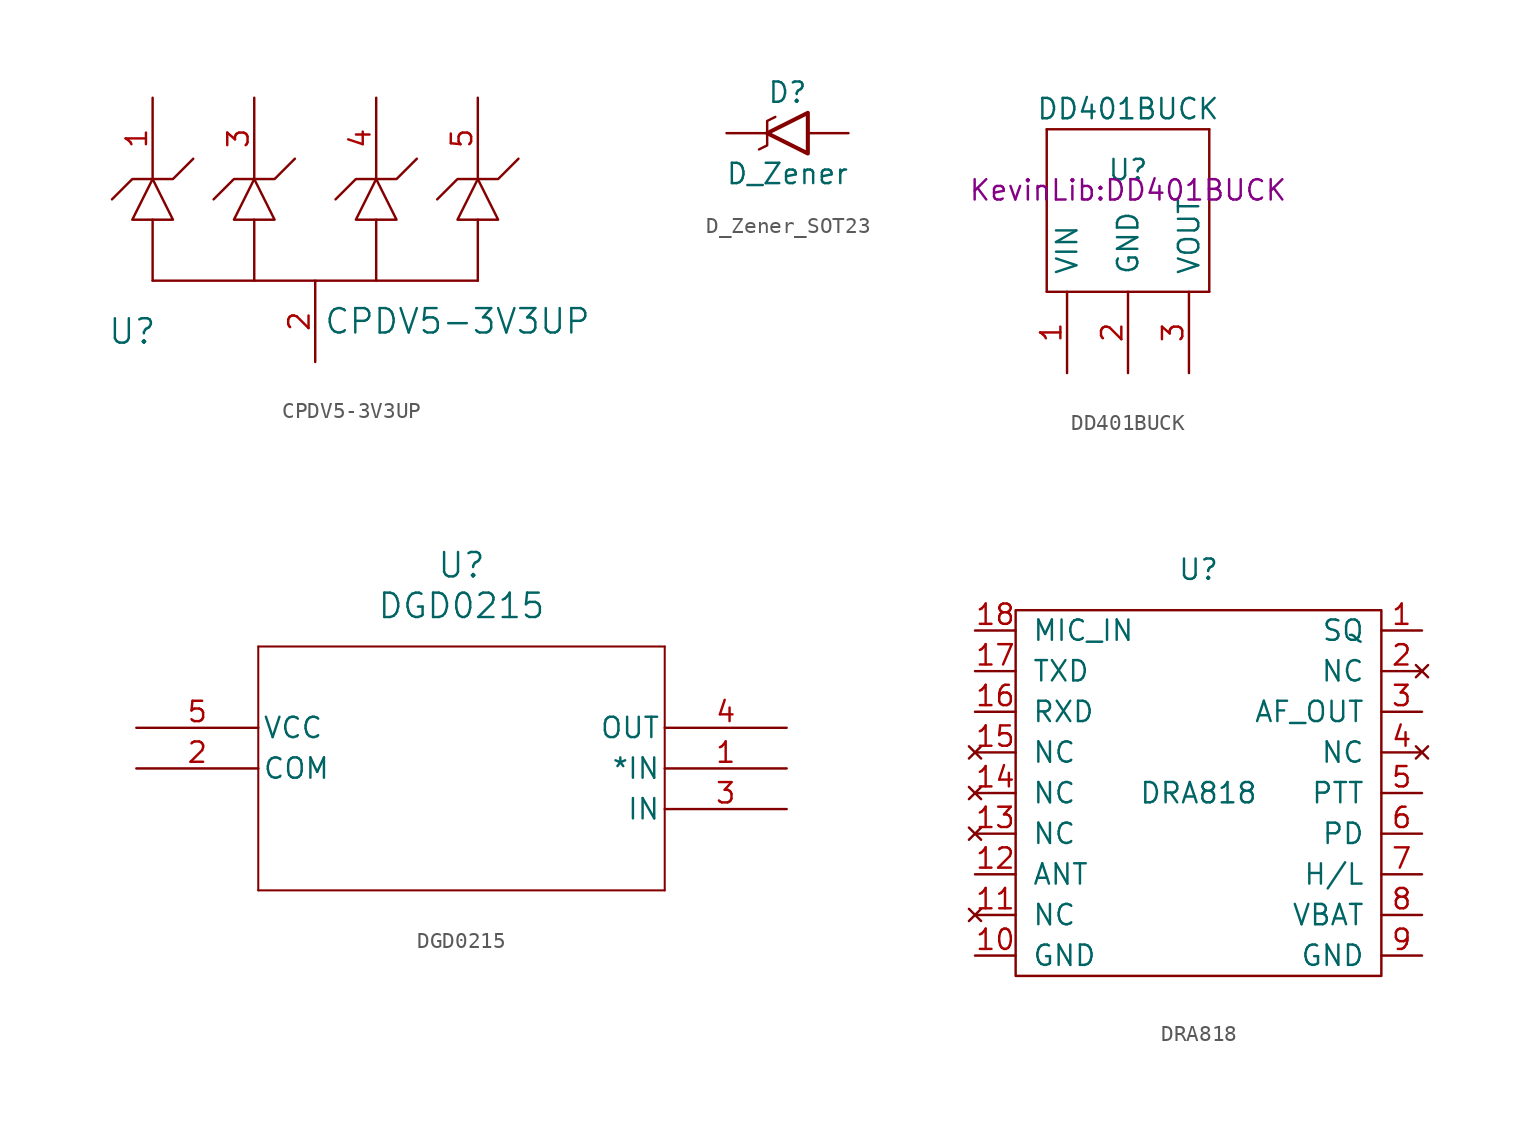
<source format=kicad_sym>
(kicad_symbol_lib
  (version 20220914)
  (generator kicad_symbol_editor)
  (symbol "CPDV5-3V3UP"
    (pin_names
      (offset 1.016))
    (property "Reference" "U"
      (at -11.43 -4.445 0)
      (effects (font (size 1.524 1.524))))
    (property "Value" "CPDV5-3V3UP"
      (at 8.89 -3.81 0)
      (effects (font (size 1.524 1.524))))
    (symbol "CPDV5-3V3UP_0_1"
      (polyline (pts (xy -10.16 -1.27) (xy 10.16 -1.27)) (stroke (width 0) (type solid)) (fill (type none)))
      (polyline (pts (xy -10.16 2.54) (xy -10.16 -1.27)) (stroke (width 0) (type solid)) (fill (type none)))
      (polyline (pts (xy -3.81 2.54) (xy -3.81 -1.27)) (stroke (width 0) (type solid)) (fill (type none)))
      (polyline (pts (xy 3.81 2.54) (xy 3.81 -1.27)) (stroke (width 0) (type solid)) (fill (type none)))
      (polyline (pts (xy 10.16 2.54) (xy 10.16 -1.27)) (stroke (width 0) (type solid)) (fill (type none)))
      (polyline (pts (xy -12.7 3.81) (xy -11.43 5.08) (xy -8.89 5.08) (xy -7.62 6.35)) (stroke (width 0) (type solid)) (fill (type none)))
      (polyline (pts (xy -10.16 5.08) (xy -11.43 2.54) (xy -8.89 2.54) (xy -10.16 5.08)) (stroke (width 0) (type solid)) (fill (type none)))
      (polyline (pts (xy -6.35 3.81) (xy -5.08 5.08) (xy -2.54 5.08) (xy -1.27 6.35)) (stroke (width 0) (type solid)) (fill (type none)))
      (polyline (pts (xy -3.81 5.08) (xy -5.08 2.54) (xy -2.54 2.54) (xy -3.81 5.08)) (stroke (width 0) (type solid)) (fill (type none)))
      (polyline (pts (xy 1.27 3.81) (xy 2.54 5.08) (xy 5.08 5.08) (xy 6.35 6.35)) (stroke (width 0) (type solid)) (fill (type none)))
      (polyline (pts (xy 3.81 5.08) (xy 2.54 2.54) (xy 5.08 2.54) (xy 3.81 5.08)) (stroke (width 0) (type solid)) (fill (type none)))
      (polyline (pts (xy 7.62 3.81) (xy 8.89 5.08) (xy 11.43 5.08) (xy 12.7 6.35)) (stroke (width 0) (type solid)) (fill (type none)))
      (polyline (pts (xy 10.16 5.08) (xy 8.89 2.54) (xy 11.43 2.54) (xy 10.16 5.08)) (stroke (width 0) (type solid)) (fill (type none))))
    (symbol "CPDV5-3V3UP_1_1"
      (pin input line (at -10.16 10.16 270) (length 5.08) (name "~" (effects (font (size 1.27 1.27)))) (number "1" (effects (font (size 1.27 1.27)))))
      (pin power_in line (at 0 -6.35 90) (length 5.08) (name "~" (effects (font (size 1.27 1.27)))) (number "2" (effects (font (size 1.27 1.27)))))
      (pin input line (at -3.81 10.16 270) (length 5.08) (name "~" (effects (font (size 1.27 1.27)))) (number "3" (effects (font (size 1.27 1.27)))))
      (pin input line (at 3.81 10.16 270) (length 5.08) (name "~" (effects (font (size 1.27 1.27)))) (number "4" (effects (font (size 1.27 1.27)))))
      (pin input line (at 10.16 10.16 270) (length 5.08) (name "~" (effects (font (size 1.27 1.27)))) (number "5" (effects (font (size 1.27 1.27)))))))
  (symbol "D_Zener_SOT23"
    (pin_numbers hide)
    (pin_names
      (offset 1.016) hide)
    (property "Reference" "D"
      (at 0 2.54 0)
      (effects (font (size 1.27 1.27))))
    (property "Value" "D_Zener"
      (at 0 -2.54 0)
      (effects (font (size 1.27 1.27))))
    (symbol "D_Zener_SOT23_0_1"
      (polyline (pts (xy -1.27 0) (xy -1.27 -0.762) (xy -1.778 -1.016)) (stroke (width 0) (type default)) (fill (type none)))
      (polyline (pts (xy -1.27 0) (xy -1.27 0.762) (xy -0.762 1.016)) (stroke (width 0) (type default)) (fill (type none)))
      (polyline (pts (xy 1.27 -1.27) (xy 1.27 1.27) (xy -1.27 0) (xy 1.27 -1.27)) (stroke (width 0.254) (type default)) (fill (type none))))
    (symbol "D_Zener_SOT23_1_1"
      (pin passive line (at 3.81 0 180) (length 2.54) (name "A" (effects (font (size 1.27 1.27)))) (number "1" (effects (font (size 1.27 1.27)))))
      (pin no_connect line (at -1.016 -4.064 180) (length 2.54) hide (name "DUMMY" (effects (font (size 1.27 1.27)))) (number "2" (effects (font (size 1.27 1.27)))))
      (pin passive line (at -3.81 0 0) (length 2.54) (name "K" (effects (font (size 1.27 1.27)))) (number "3" (effects (font (size 1.27 1.27)))))))
  (symbol "DD401BUCK"
    (pin_names
      (offset 1.016))
    (property "Reference" "U"
      (at 0 1.27 0)
      (effects (font (size 1.27 1.27))))
    (property "Value" "DD401BUCK"
      (at 0 5.08 0)
      (effects (font (size 1.27 1.27))))
    (property "Footprint" "KevinLib:DD401BUCK"
      (at 0 0 0)
      (effects (font (size 1.27 1.27))))
    (symbol "DD401BUCK_0_1"
      (rectangle (start -5.08 -6.35) (end 5.08 -6.35) (stroke (width 0) (type solid)) (fill (type none)))
      (rectangle (start -5.08 3.81) (end -5.08 -6.35) (stroke (width 0) (type solid)) (fill (type none)))
      (rectangle (start 5.08 -6.35) (end 5.08 3.81) (stroke (width 0) (type solid)) (fill (type none)))
      (rectangle (start 5.08 3.81) (end -5.08 3.81) (stroke (width 0) (type solid)) (fill (type none))))
    (symbol "DD401BUCK_1_1"
      (pin power_in line (at -3.81 -11.43 90) (length 5.08) (name "VIN" (effects (font (size 1.27 1.27)))) (number "1" (effects (font (size 1.27 1.27)))))
      (pin power_in line (at 0 -11.43 90) (length 5.08) (name "GND" (effects (font (size 1.27 1.27)))) (number "2" (effects (font (size 1.27 1.27)))))
      (pin power_out line (at 3.81 -11.43 90) (length 5.08) (name "VOUT" (effects (font (size 1.27 1.27)))) (number "3" (effects (font (size 1.27 1.27)))))))
  (symbol "DGD0215"
    (pin_names
      (offset 0.254))
    (property "Reference" "U"
      (at 20.32 10.16 0)
      (effects (font (size 1.524 1.524))))
    (property "Value" "DGD0215"
      (at 20.32 7.62 0)
      (effects (font (size 1.524 1.524))))
    (symbol "DGD0215_0_1"
      (polyline (pts (xy 7.62 -10.16) (xy 33.02 -10.16)) (stroke (width 0.127) (type default)) (fill (type none)))
      (polyline (pts (xy 7.62 5.08) (xy 7.62 -10.16)) (stroke (width 0.127) (type default)) (fill (type none)))
      (polyline (pts (xy 33.02 -10.16) (xy 33.02 5.08)) (stroke (width 0.127) (type default)) (fill (type none)))
      (polyline (pts (xy 33.02 5.08) (xy 7.62 5.08)) (stroke (width 0.127) (type default)) (fill (type none)))
      (pin unspecified line (at 0 -2.54 0) (length 7.62) (name "COM" (effects (font (size 1.27 1.27)))) (number "2" (effects (font (size 1.27 1.27)))))
      (pin input line (at 40.64 -5.08 180) (length 7.62) (name "IN" (effects (font (size 1.27 1.27)))) (number "3" (effects (font (size 1.27 1.27))))))
    (symbol "DGD0215_1_1"
      (pin unspecified line (at 40.64 -2.54 180) (length 7.62) (name "*IN" (effects (font (size 1.27 1.27)))) (number "1" (effects (font (size 1.27 1.27)))))
      (pin output line (at 40.64 0 180) (length 7.62) (name "OUT" (effects (font (size 1.27 1.27)))) (number "4" (effects (font (size 1.27 1.27)))))
      (pin power_in line (at 0 0 0) (length 7.62) (name "VCC" (effects (font (size 1.27 1.27)))) (number "5" (effects (font (size 1.27 1.27)))))))
  (symbol "DRA818"
    (pin_names
      (offset 1.016))
    (property "Reference" "U"
      (at 0 13.97 0)
      (effects (font (size 1.27 1.27))))
    (property "Value" "DRA818"
      (at 0 0 0)
      (effects (font (size 1.27 1.27))))
    (symbol "DRA818_0_1"
      (polyline (pts (xy -11.43 11.43) (xy 11.43 11.43) (xy 11.43 -11.43) (xy -11.43 -11.43) (xy -11.43 11.43)) (stroke (width 0) (type solid)) (fill (type none))))
    (symbol "DRA818_1_1"
      (pin input line (at 13.97 10.16 180) (length 2.54) (name "SQ" (effects (font (size 1.27 1.27)))) (number "1" (effects (font (size 1.27 1.27)))))
      (pin power_in line (at -13.97 -10.16 0) (length 2.54) (name "GND" (effects (font (size 1.27 1.27)))) (number "10" (effects (font (size 1.27 1.27)))))
      (pin no_connect line (at -13.97 -7.62 0) (length 2.54) (name "NC" (effects (font (size 1.27 1.27)))) (number "11" (effects (font (size 1.27 1.27)))))
      (pin output line (at -13.97 -5.08 0) (length 2.54) (name "ANT" (effects (font (size 1.27 1.27)))) (number "12" (effects (font (size 1.27 1.27)))))
      (pin no_connect line (at -13.97 -2.54 0) (length 2.54) (name "NC" (effects (font (size 1.27 1.27)))) (number "13" (effects (font (size 1.27 1.27)))))
      (pin no_connect line (at -13.97 0 0) (length 2.54) (name "NC" (effects (font (size 1.27 1.27)))) (number "14" (effects (font (size 1.27 1.27)))))
      (pin no_connect line (at -13.97 2.54 0) (length 2.54) (name "NC" (effects (font (size 1.27 1.27)))) (number "15" (effects (font (size 1.27 1.27)))))
      (pin input line (at -13.97 5.08 0) (length 2.54) (name "RXD" (effects (font (size 1.27 1.27)))) (number "16" (effects (font (size 1.27 1.27)))))
      (pin output line (at -13.97 7.62 0) (length 2.54) (name "TXD" (effects (font (size 1.27 1.27)))) (number "17" (effects (font (size 1.27 1.27)))))
      (pin input line (at -13.97 10.16 0) (length 2.54) (name "MIC_IN" (effects (font (size 1.27 1.27)))) (number "18" (effects (font (size 1.27 1.27)))))
      (pin no_connect line (at 13.97 7.62 180) (length 2.54) (name "NC" (effects (font (size 1.27 1.27)))) (number "2" (effects (font (size 1.27 1.27)))))
      (pin output line (at 13.97 5.08 180) (length 2.54) (name "AF_OUT" (effects (font (size 1.27 1.27)))) (number "3" (effects (font (size 1.27 1.27)))))
      (pin no_connect line (at 13.97 2.54 180) (length 2.54) (name "NC" (effects (font (size 1.27 1.27)))) (number "4" (effects (font (size 1.27 1.27)))))
      (pin input line (at 13.97 0 180) (length 2.54) (name "PTT" (effects (font (size 1.27 1.27)))) (number "5" (effects (font (size 1.27 1.27)))))
      (pin input line (at 13.97 -2.54 180) (length 2.54) (name "PD" (effects (font (size 1.27 1.27)))) (number "6" (effects (font (size 1.27 1.27)))))
      (pin input line (at 13.97 -5.08 180) (length 2.54) (name "H/L" (effects (font (size 1.27 1.27)))) (number "7" (effects (font (size 1.27 1.27)))))
      (pin power_in line (at 13.97 -7.62 180) (length 2.54) (name "VBAT" (effects (font (size 1.27 1.27)))) (number "8" (effects (font (size 1.27 1.27)))))
      (pin power_in line (at 13.97 -10.16 180) (length 2.54) (name "GND" (effects (font (size 1.27 1.27)))) (number "9" (effects (font (size 1.27 1.27))))))))
</source>
